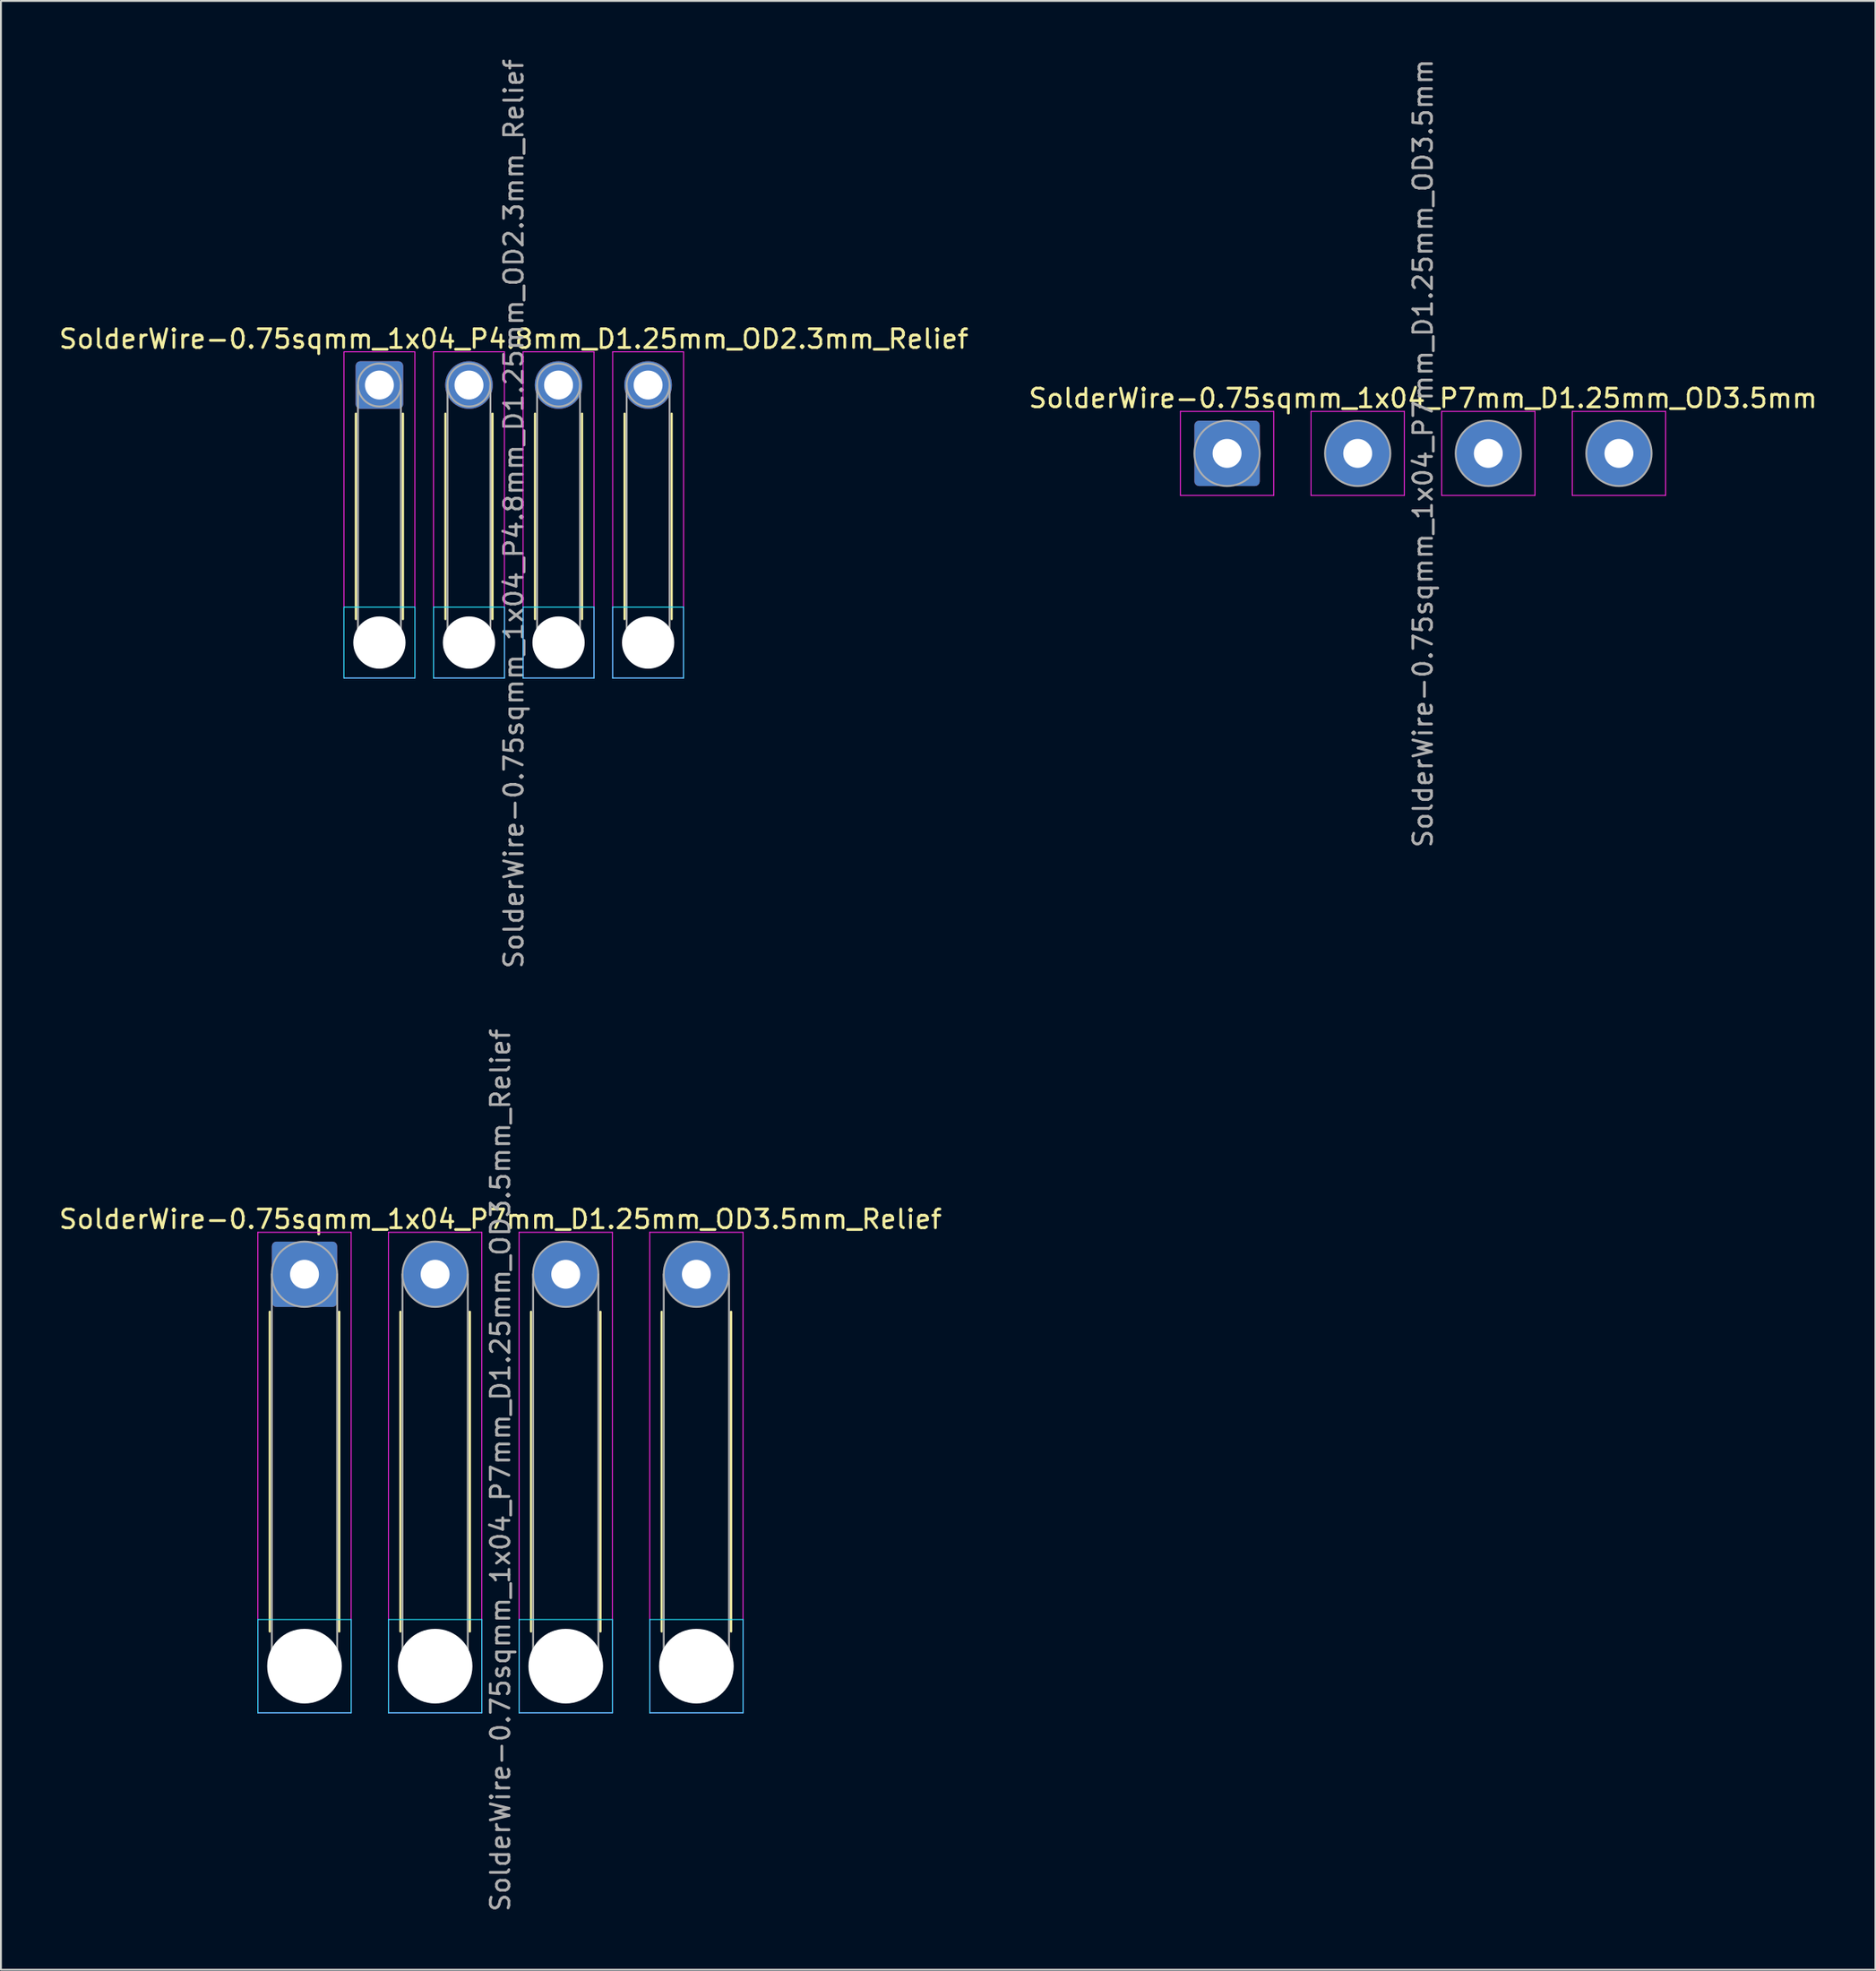
<source format=kicad_pcb>
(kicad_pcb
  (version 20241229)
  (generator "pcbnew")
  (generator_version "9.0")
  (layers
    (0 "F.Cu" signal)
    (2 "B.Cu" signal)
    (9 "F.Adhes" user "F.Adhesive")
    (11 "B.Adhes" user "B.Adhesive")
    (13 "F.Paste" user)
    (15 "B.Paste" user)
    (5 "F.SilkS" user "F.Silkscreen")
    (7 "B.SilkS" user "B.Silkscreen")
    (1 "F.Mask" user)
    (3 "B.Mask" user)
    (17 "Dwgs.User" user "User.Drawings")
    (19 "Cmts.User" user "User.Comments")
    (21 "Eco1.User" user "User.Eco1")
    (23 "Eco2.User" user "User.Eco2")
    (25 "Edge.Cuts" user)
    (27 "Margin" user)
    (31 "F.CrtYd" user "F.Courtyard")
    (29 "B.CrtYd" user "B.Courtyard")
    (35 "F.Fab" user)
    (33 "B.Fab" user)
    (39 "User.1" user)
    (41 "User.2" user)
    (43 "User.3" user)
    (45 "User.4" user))
  (footprint "SolderWire-0.75sqmm_1x04_P7mm_D1.25mm_OD3.5mm"
    (layer "F.Cu")
    (at 62.708 21.244)
    (property "Reference" "SolderWire-0.75sqmm_1x04_P7mm_D1.25mm_OD3.5mm" (at 10.5 -2.95 0) (layer "F.SilkS") (effects (font (size 1 1) (thickness 0.15))))
    (attr exclude_from_pos_files exclude_from_bom)
    (fp_line (start -2.5 -2.25) (end -2.5 2.25) (stroke (width 0.05) (type solid)) (layer "F.CrtYd"))
    (fp_line (start -2.5 2.25) (end 2.5 2.25) (stroke (width 0.05) (type solid)) (layer "F.CrtYd"))
    (fp_line (start 2.5 -2.25) (end -2.5 -2.25) (stroke (width 0.05) (type solid)) (layer "F.CrtYd"))
    (fp_line (start 2.5 2.25) (end 2.5 -2.25) (stroke (width 0.05) (type solid)) (layer "F.CrtYd"))
    (fp_line (start 4.5 -2.25) (end 4.5 2.25) (stroke (width 0.05) (type solid)) (layer "F.CrtYd"))
    (fp_line (start 4.5 2.25) (end 9.5 2.25) (stroke (width 0.05) (type solid)) (layer "F.CrtYd"))
    (fp_line (start 9.5 -2.25) (end 4.5 -2.25) (stroke (width 0.05) (type solid)) (layer "F.CrtYd"))
    (fp_line (start 9.5 2.25) (end 9.5 -2.25) (stroke (width 0.05) (type solid)) (layer "F.CrtYd"))
    (fp_line (start 11.5 -2.25) (end 11.5 2.25) (stroke (width 0.05) (type solid)) (layer "F.CrtYd"))
    (fp_line (start 11.5 2.25) (end 16.5 2.25) (stroke (width 0.05) (type solid)) (layer "F.CrtYd"))
    (fp_line (start 16.5 -2.25) (end 11.5 -2.25) (stroke (width 0.05) (type solid)) (layer "F.CrtYd"))
    (fp_line (start 16.5 2.25) (end 16.5 -2.25) (stroke (width 0.05) (type solid)) (layer "F.CrtYd"))
    (fp_line (start 18.5 -2.25) (end 18.5 2.25) (stroke (width 0.05) (type solid)) (layer "F.CrtYd"))
    (fp_line (start 18.5 2.25) (end 23.5 2.25) (stroke (width 0.05) (type solid)) (layer "F.CrtYd"))
    (fp_line (start 23.5 -2.25) (end 18.5 -2.25) (stroke (width 0.05) (type solid)) (layer "F.CrtYd"))
    (fp_line (start 23.5 2.25) (end 23.5 -2.25) (stroke (width 0.05) (type solid)) (layer "F.CrtYd"))
    (fp_circle (center 0 0) (end 1.75 0) (stroke (width 0.1) (type solid)) (fill no) (layer "F.Fab"))
    (fp_circle (center 7 0) (end 8.75 0) (stroke (width 0.1) (type solid)) (fill no) (layer "F.Fab"))
    (fp_circle (center 14 0) (end 15.75 0) (stroke (width 0.1) (type solid)) (fill no) (layer "F.Fab"))
    (fp_circle (center 21 0) (end 22.75 0) (stroke (width 0.1) (type solid)) (fill no) (layer "F.Fab"))
    (fp_text user "${REFERENCE}" (at 10.5 0 90) (layer "F.Fab") (effects (font (size 1 1) (thickness 0.15))))
    (pad "1" thru_hole roundrect (at 0 0) (size 3.5 3.5) (drill 1.55) (layers "*.Cu" "*.Mask") (roundrect_rratio 0.071))
    (pad "2" thru_hole circle (at 7 0) (size 3.5 3.5) (drill 1.55) (layers "*.Cu" "*.Mask"))
    (pad "3" thru_hole circle (at 14 0) (size 3.5 3.5) (drill 1.55) (layers "*.Cu" "*.Mask"))
    (pad "4" thru_hole circle (at 21 0) (size 3.5 3.5) (drill 1.55) (layers "*.Cu" "*.Mask")))
  (footprint "SolderWire-0.75sqmm_1x04_P4.8mm_D1.25mm_OD2.3mm_Relief"
    (layer "F.Cu")
    (at 17.282 17.582)
    (property "Reference" "SolderWire-0.75sqmm_1x04_P4.8mm_D1.25mm_OD2.3mm_Relief" (at 7.2 -2.47 0) (layer "F.SilkS") (effects (font (size 1 1) (thickness 0.15))))
    (attr exclude_from_pos_files exclude_from_bom)
    (fp_line (start -1.26 1.535) (end -1.26 12.54) (stroke (width 0.12) (type solid)) (layer "F.SilkS"))
    (fp_line (start 1.26 1.535) (end 1.26 12.54) (stroke (width 0.12) (type solid)) (layer "F.SilkS"))
    (fp_line (start 3.54 1.535) (end 3.54 12.54) (stroke (width 0.12) (type solid)) (layer "F.SilkS"))
    (fp_line (start 6.06 1.535) (end 6.06 12.54) (stroke (width 0.12) (type solid)) (layer "F.SilkS"))
    (fp_line (start 8.34 1.535) (end 8.34 12.54) (stroke (width 0.12) (type solid)) (layer "F.SilkS"))
    (fp_line (start 10.86 1.535) (end 10.86 12.54) (stroke (width 0.12) (type solid)) (layer "F.SilkS"))
    (fp_line (start 13.14 1.535) (end 13.14 12.54) (stroke (width 0.12) (type solid)) (layer "F.SilkS"))
    (fp_line (start 15.66 1.535) (end 15.66 12.54) (stroke (width 0.12) (type solid)) (layer "F.SilkS"))
    (fp_line (start -1.9 11.9) (end -1.9 15.7) (stroke (width 0.05) (type solid)) (layer "B.CrtYd"))
    (fp_line (start -1.9 15.7) (end 1.9 15.7) (stroke (width 0.05) (type solid)) (layer "B.CrtYd"))
    (fp_line (start 1.9 11.9) (end -1.9 11.9) (stroke (width 0.05) (type solid)) (layer "B.CrtYd"))
    (fp_line (start 1.9 15.7) (end 1.9 11.9) (stroke (width 0.05) (type solid)) (layer "B.CrtYd"))
    (fp_line (start 2.9 11.9) (end 2.9 15.7) (stroke (width 0.05) (type solid)) (layer "B.CrtYd"))
    (fp_line (start 2.9 15.7) (end 6.7 15.7) (stroke (width 0.05) (type solid)) (layer "B.CrtYd"))
    (fp_line (start 6.7 11.9) (end 2.9 11.9) (stroke (width 0.05) (type solid)) (layer "B.CrtYd"))
    (fp_line (start 6.7 15.7) (end 6.7 11.9) (stroke (width 0.05) (type solid)) (layer "B.CrtYd"))
    (fp_line (start 7.7 11.9) (end 7.7 15.7) (stroke (width 0.05) (type solid)) (layer "B.CrtYd"))
    (fp_line (start 7.7 15.7) (end 11.5 15.7) (stroke (width 0.05) (type solid)) (layer "B.CrtYd"))
    (fp_line (start 11.5 11.9) (end 7.7 11.9) (stroke (width 0.05) (type solid)) (layer "B.CrtYd"))
    (fp_line (start 11.5 15.7) (end 11.5 11.9) (stroke (width 0.05) (type solid)) (layer "B.CrtYd"))
    (fp_line (start 12.5 11.9) (end 12.5 15.7) (stroke (width 0.05) (type solid)) (layer "B.CrtYd"))
    (fp_line (start 12.5 15.7) (end 16.3 15.7) (stroke (width 0.05) (type solid)) (layer "B.CrtYd"))
    (fp_line (start 16.3 11.9) (end 12.5 11.9) (stroke (width 0.05) (type solid)) (layer "B.CrtYd"))
    (fp_line (start 16.3 15.7) (end 16.3 11.9) (stroke (width 0.05) (type solid)) (layer "B.CrtYd"))
    (fp_line (start -1.9 -1.78) (end -1.9 15.7) (stroke (width 0.05) (type solid)) (layer "F.CrtYd"))
    (fp_line (start -1.9 15.7) (end 1.9 15.7) (stroke (width 0.05) (type solid)) (layer "F.CrtYd"))
    (fp_line (start 1.9 -1.78) (end -1.9 -1.78) (stroke (width 0.05) (type solid)) (layer "F.CrtYd"))
    (fp_line (start 1.9 15.7) (end 1.9 -1.78) (stroke (width 0.05) (type solid)) (layer "F.CrtYd"))
    (fp_line (start 2.9 -1.78) (end 2.9 15.7) (stroke (width 0.05) (type solid)) (layer "F.CrtYd"))
    (fp_line (start 2.9 15.7) (end 6.7 15.7) (stroke (width 0.05) (type solid)) (layer "F.CrtYd"))
    (fp_line (start 6.7 -1.78) (end 2.9 -1.78) (stroke (width 0.05) (type solid)) (layer "F.CrtYd"))
    (fp_line (start 6.7 15.7) (end 6.7 -1.78) (stroke (width 0.05) (type solid)) (layer "F.CrtYd"))
    (fp_line (start 7.7 -1.78) (end 7.7 15.7) (stroke (width 0.05) (type solid)) (layer "F.CrtYd"))
    (fp_line (start 7.7 15.7) (end 11.5 15.7) (stroke (width 0.05) (type solid)) (layer "F.CrtYd"))
    (fp_line (start 11.5 -1.78) (end 7.7 -1.78) (stroke (width 0.05) (type solid)) (layer "F.CrtYd"))
    (fp_line (start 11.5 15.7) (end 11.5 -1.78) (stroke (width 0.05) (type solid)) (layer "F.CrtYd"))
    (fp_line (start 12.5 -1.78) (end 12.5 15.7) (stroke (width 0.05) (type solid)) (layer "F.CrtYd"))
    (fp_line (start 12.5 15.7) (end 16.3 15.7) (stroke (width 0.05) (type solid)) (layer "F.CrtYd"))
    (fp_line (start 16.3 -1.78) (end 12.5 -1.78) (stroke (width 0.05) (type solid)) (layer "F.CrtYd"))
    (fp_line (start 16.3 15.7) (end 16.3 -1.78) (stroke (width 0.05) (type solid)) (layer "F.CrtYd"))
    (fp_line (start -1.15 0) (end -1.15 13.8) (stroke (width 0.1) (type solid)) (layer "F.Fab"))
    (fp_line (start 1.15 0) (end 1.15 13.8) (stroke (width 0.1) (type solid)) (layer "F.Fab"))
    (fp_line (start 3.65 0) (end 3.65 13.8) (stroke (width 0.1) (type solid)) (layer "F.Fab"))
    (fp_line (start 5.95 0) (end 5.95 13.8) (stroke (width 0.1) (type solid)) (layer "F.Fab"))
    (fp_line (start 8.45 0) (end 8.45 13.8) (stroke (width 0.1) (type solid)) (layer "F.Fab"))
    (fp_line (start 10.75 0) (end 10.75 13.8) (stroke (width 0.1) (type solid)) (layer "F.Fab"))
    (fp_line (start 13.25 0) (end 13.25 13.8) (stroke (width 0.1) (type solid)) (layer "F.Fab"))
    (fp_line (start 15.55 0) (end 15.55 13.8) (stroke (width 0.1) (type solid)) (layer "F.Fab"))
    (fp_circle (center 0 0) (end 1.15 0) (stroke (width 0.1) (type solid)) (fill no) (layer "F.Fab"))
    (fp_circle (center 0 13.8) (end 1.15 13.8) (stroke (width 0.1) (type solid)) (fill no) (layer "F.Fab"))
    (fp_circle (center 4.8 0) (end 5.95 0) (stroke (width 0.1) (type solid)) (fill no) (layer "F.Fab"))
    (fp_circle (center 4.8 13.8) (end 5.95 13.8) (stroke (width 0.1) (type solid)) (fill no) (layer "F.Fab"))
    (fp_circle (center 9.6 0) (end 10.75 0) (stroke (width 0.1) (type solid)) (fill no) (layer "F.Fab"))
    (fp_circle (center 9.6 13.8) (end 10.75 13.8) (stroke (width 0.1) (type solid)) (fill no) (layer "F.Fab"))
    (fp_circle (center 14.4 0) (end 15.55 0) (stroke (width 0.1) (type solid)) (fill no) (layer "F.Fab"))
    (fp_circle (center 14.4 13.8) (end 15.55 13.8) (stroke (width 0.1) (type solid)) (fill no) (layer "F.Fab"))
    (fp_text user "${REFERENCE}" (at 7.2 6.9 90) (layer "F.Fab") (effects (font (size 1 1) (thickness 0.15))))
    (pad "" np_thru_hole circle (at 0 13.8) (size 2.8 2.8) (drill 2.8) (layers "*.Cu" "*.Mask"))
    (pad "" np_thru_hole circle (at 4.8 13.8) (size 2.8 2.8) (drill 2.8) (layers "*.Cu" "*.Mask"))
    (pad "" np_thru_hole circle (at 9.6 13.8) (size 2.8 2.8) (drill 2.8) (layers "*.Cu" "*.Mask"))
    (pad "" np_thru_hole circle (at 14.4 13.8) (size 2.8 2.8) (drill 2.8) (layers "*.Cu" "*.Mask"))
    (pad "1" thru_hole roundrect (at 0 0) (size 2.55 2.55) (drill 1.55) (layers "*.Cu" "*.Mask") (roundrect_rratio 0.098))
    (pad "2" thru_hole circle (at 4.8 0) (size 2.55 2.55) (drill 1.55) (layers "*.Cu" "*.Mask"))
    (pad "3" thru_hole circle (at 9.6 0) (size 2.55 2.55) (drill 1.55) (layers "*.Cu" "*.Mask"))
    (pad "4" thru_hole circle (at 14.4 0) (size 2.55 2.55) (drill 1.55) (layers "*.Cu" "*.Mask")))
  (footprint "SolderWire-0.75sqmm_1x04_P7mm_D1.25mm_OD3.5mm_Relief"
    (layer "F.Cu")
    (at 13.268 65.232)
    (property "Reference" "SolderWire-0.75sqmm_1x04_P7mm_D1.25mm_OD3.5mm_Relief" (at 10.5 -2.95 0) (layer "F.SilkS") (effects (font (size 1 1) (thickness 0.15))))
    (attr exclude_from_pos_files exclude_from_bom)
    (fp_line (start -1.86 2.01) (end -1.86 19.14) (stroke (width 0.12) (type solid)) (layer "F.SilkS"))
    (fp_line (start 1.86 2.01) (end 1.86 19.14) (stroke (width 0.12) (type solid)) (layer "F.SilkS"))
    (fp_line (start 5.14 2.01) (end 5.14 19.14) (stroke (width 0.12) (type solid)) (layer "F.SilkS"))
    (fp_line (start 8.86 2.01) (end 8.86 19.14) (stroke (width 0.12) (type solid)) (layer "F.SilkS"))
    (fp_line (start 12.14 2.01) (end 12.14 19.14) (stroke (width 0.12) (type solid)) (layer "F.SilkS"))
    (fp_line (start 15.86 2.01) (end 15.86 19.14) (stroke (width 0.12) (type solid)) (layer "F.SilkS"))
    (fp_line (start 19.14 2.01) (end 19.14 19.14) (stroke (width 0.12) (type solid)) (layer "F.SilkS"))
    (fp_line (start 22.86 2.01) (end 22.86 19.14) (stroke (width 0.12) (type solid)) (layer "F.SilkS"))
    (fp_line (start -2.5 18.5) (end -2.5 23.5) (stroke (width 0.05) (type solid)) (layer "B.CrtYd"))
    (fp_line (start -2.5 23.5) (end 2.5 23.5) (stroke (width 0.05) (type solid)) (layer "B.CrtYd"))
    (fp_line (start 2.5 18.5) (end -2.5 18.5) (stroke (width 0.05) (type solid)) (layer "B.CrtYd"))
    (fp_line (start 2.5 23.5) (end 2.5 18.5) (stroke (width 0.05) (type solid)) (layer "B.CrtYd"))
    (fp_line (start 4.5 18.5) (end 4.5 23.5) (stroke (width 0.05) (type solid)) (layer "B.CrtYd"))
    (fp_line (start 4.5 23.5) (end 9.5 23.5) (stroke (width 0.05) (type solid)) (layer "B.CrtYd"))
    (fp_line (start 9.5 18.5) (end 4.5 18.5) (stroke (width 0.05) (type solid)) (layer "B.CrtYd"))
    (fp_line (start 9.5 23.5) (end 9.5 18.5) (stroke (width 0.05) (type solid)) (layer "B.CrtYd"))
    (fp_line (start 11.5 18.5) (end 11.5 23.5) (stroke (width 0.05) (type solid)) (layer "B.CrtYd"))
    (fp_line (start 11.5 23.5) (end 16.5 23.5) (stroke (width 0.05) (type solid)) (layer "B.CrtYd"))
    (fp_line (start 16.5 18.5) (end 11.5 18.5) (stroke (width 0.05) (type solid)) (layer "B.CrtYd"))
    (fp_line (start 16.5 23.5) (end 16.5 18.5) (stroke (width 0.05) (type solid)) (layer "B.CrtYd"))
    (fp_line (start 18.5 18.5) (end 18.5 23.5) (stroke (width 0.05) (type solid)) (layer "B.CrtYd"))
    (fp_line (start 18.5 23.5) (end 23.5 23.5) (stroke (width 0.05) (type solid)) (layer "B.CrtYd"))
    (fp_line (start 23.5 18.5) (end 18.5 18.5) (stroke (width 0.05) (type solid)) (layer "B.CrtYd"))
    (fp_line (start 23.5 23.5) (end 23.5 18.5) (stroke (width 0.05) (type solid)) (layer "B.CrtYd"))
    (fp_line (start -2.5 -2.25) (end -2.5 23.5) (stroke (width 0.05) (type solid)) (layer "F.CrtYd"))
    (fp_line (start -2.5 23.5) (end 2.5 23.5) (stroke (width 0.05) (type solid)) (layer "F.CrtYd"))
    (fp_line (start 2.5 -2.25) (end -2.5 -2.25) (stroke (width 0.05) (type solid)) (layer "F.CrtYd"))
    (fp_line (start 2.5 23.5) (end 2.5 -2.25) (stroke (width 0.05) (type solid)) (layer "F.CrtYd"))
    (fp_line (start 4.5 -2.25) (end 4.5 23.5) (stroke (width 0.05) (type solid)) (layer "F.CrtYd"))
    (fp_line (start 4.5 23.5) (end 9.5 23.5) (stroke (width 0.05) (type solid)) (layer "F.CrtYd"))
    (fp_line (start 9.5 -2.25) (end 4.5 -2.25) (stroke (width 0.05) (type solid)) (layer "F.CrtYd"))
    (fp_line (start 9.5 23.5) (end 9.5 -2.25) (stroke (width 0.05) (type solid)) (layer "F.CrtYd"))
    (fp_line (start 11.5 -2.25) (end 11.5 23.5) (stroke (width 0.05) (type solid)) (layer "F.CrtYd"))
    (fp_line (start 11.5 23.5) (end 16.5 23.5) (stroke (width 0.05) (type solid)) (layer "F.CrtYd"))
    (fp_line (start 16.5 -2.25) (end 11.5 -2.25) (stroke (width 0.05) (type solid)) (layer "F.CrtYd"))
    (fp_line (start 16.5 23.5) (end 16.5 -2.25) (stroke (width 0.05) (type solid)) (layer "F.CrtYd"))
    (fp_line (start 18.5 -2.25) (end 18.5 23.5) (stroke (width 0.05) (type solid)) (layer "F.CrtYd"))
    (fp_line (start 18.5 23.5) (end 23.5 23.5) (stroke (width 0.05) (type solid)) (layer "F.CrtYd"))
    (fp_line (start 23.5 -2.25) (end 18.5 -2.25) (stroke (width 0.05) (type solid)) (layer "F.CrtYd"))
    (fp_line (start 23.5 23.5) (end 23.5 -2.25) (stroke (width 0.05) (type solid)) (layer "F.CrtYd"))
    (fp_line (start -1.75 0) (end -1.75 21) (stroke (width 0.1) (type solid)) (layer "F.Fab"))
    (fp_line (start 1.75 0) (end 1.75 21) (stroke (width 0.1) (type solid)) (layer "F.Fab"))
    (fp_line (start 5.25 0) (end 5.25 21) (stroke (width 0.1) (type solid)) (layer "F.Fab"))
    (fp_line (start 8.75 0) (end 8.75 21) (stroke (width 0.1) (type solid)) (layer "F.Fab"))
    (fp_line (start 12.25 0) (end 12.25 21) (stroke (width 0.1) (type solid)) (layer "F.Fab"))
    (fp_line (start 15.75 0) (end 15.75 21) (stroke (width 0.1) (type solid)) (layer "F.Fab"))
    (fp_line (start 19.25 0) (end 19.25 21) (stroke (width 0.1) (type solid)) (layer "F.Fab"))
    (fp_line (start 22.75 0) (end 22.75 21) (stroke (width 0.1) (type solid)) (layer "F.Fab"))
    (fp_circle (center 0 0) (end 1.75 0) (stroke (width 0.1) (type solid)) (fill no) (layer "F.Fab"))
    (fp_circle (center 0 21) (end 1.75 21) (stroke (width 0.1) (type solid)) (fill no) (layer "F.Fab"))
    (fp_circle (center 7 0) (end 8.75 0) (stroke (width 0.1) (type solid)) (fill no) (layer "F.Fab"))
    (fp_circle (center 7 21) (end 8.75 21) (stroke (width 0.1) (type solid)) (fill no) (layer "F.Fab"))
    (fp_circle (center 14 0) (end 15.75 0) (stroke (width 0.1) (type solid)) (fill no) (layer "F.Fab"))
    (fp_circle (center 14 21) (end 15.75 21) (stroke (width 0.1) (type solid)) (fill no) (layer "F.Fab"))
    (fp_circle (center 21 0) (end 22.75 0) (stroke (width 0.1) (type solid)) (fill no) (layer "F.Fab"))
    (fp_circle (center 21 21) (end 22.75 21) (stroke (width 0.1) (type solid)) (fill no) (layer "F.Fab"))
    (fp_text user "${REFERENCE}" (at 10.5 10.5 90) (layer "F.Fab") (effects (font (size 1 1) (thickness 0.15))))
    (pad "" np_thru_hole circle (at 0 21) (size 4 4) (drill 4) (layers "*.Cu" "*.Mask"))
    (pad "" np_thru_hole circle (at 7 21) (size 4 4) (drill 4) (layers "*.Cu" "*.Mask"))
    (pad "" np_thru_hole circle (at 14 21) (size 4 4) (drill 4) (layers "*.Cu" "*.Mask"))
    (pad "" np_thru_hole circle (at 21 21) (size 4 4) (drill 4) (layers "*.Cu" "*.Mask"))
    (pad "1" thru_hole roundrect (at 0 0) (size 3.5 3.5) (drill 1.55) (layers "*.Cu" "*.Mask") (roundrect_rratio 0.071))
    (pad "2" thru_hole circle (at 7 0) (size 3.5 3.5) (drill 1.55) (layers "*.Cu" "*.Mask"))
    (pad "3" thru_hole circle (at 14 0) (size 3.5 3.5) (drill 1.55) (layers "*.Cu" "*.Mask"))
    (pad "4" thru_hole circle (at 21 0) (size 3.5 3.5) (drill 1.55) (layers "*.Cu" "*.Mask")))
  (gr_rect
    (start -3 -3)
    (end 97.452 102.5)
    (stroke (width 0.1) (type default))
    (fill no)
    (layer "Edge.Cuts")))
</source>
